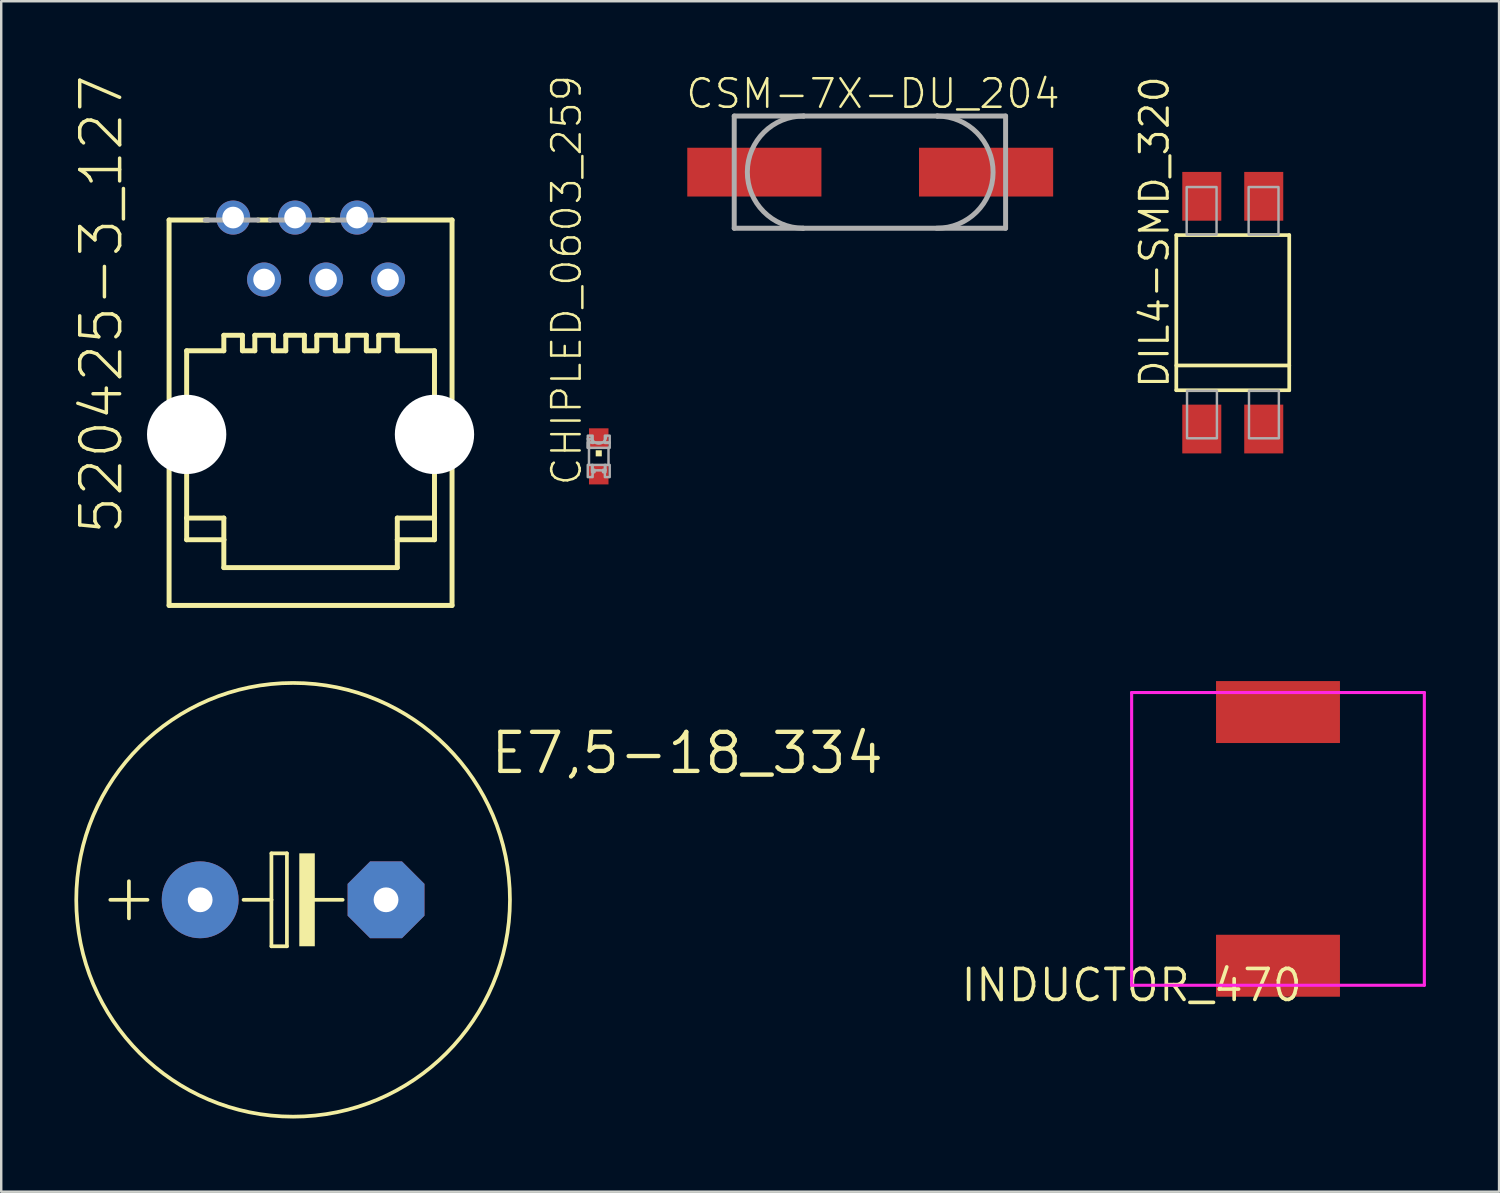
<source format=kicad_pcb>
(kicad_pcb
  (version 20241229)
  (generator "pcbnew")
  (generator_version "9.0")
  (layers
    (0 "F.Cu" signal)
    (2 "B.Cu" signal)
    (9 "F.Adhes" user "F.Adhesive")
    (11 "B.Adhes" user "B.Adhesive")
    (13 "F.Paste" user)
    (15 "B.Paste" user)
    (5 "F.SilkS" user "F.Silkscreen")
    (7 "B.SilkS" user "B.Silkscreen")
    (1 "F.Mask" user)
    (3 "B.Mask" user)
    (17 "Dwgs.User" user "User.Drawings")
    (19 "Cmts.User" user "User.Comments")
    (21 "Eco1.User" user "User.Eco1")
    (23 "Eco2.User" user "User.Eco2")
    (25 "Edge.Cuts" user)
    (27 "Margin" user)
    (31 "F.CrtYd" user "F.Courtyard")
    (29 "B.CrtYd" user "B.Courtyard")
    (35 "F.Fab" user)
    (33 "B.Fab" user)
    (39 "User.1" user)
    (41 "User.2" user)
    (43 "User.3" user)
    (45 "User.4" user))
  (footprint "E7,5-18_334"
    (layer "F.Cu")
    (at 8.966 33.838)
    (property "Reference" "E7,5-18_334" (at 8.001 -5.08 0) (unlocked yes) (layer "F.SilkS") (effects (font (size 1.6 1.6) (thickness 0.178)) (justify left bottom)))
    (fp_line (start -7.493 0) (end -5.969 0) (stroke (width 0.152) (type solid)) (layer "F.SilkS"))
    (fp_line (start -6.731 0.762) (end -6.731 -0.762) (stroke (width 0.152) (type solid)) (layer "F.SilkS"))
    (fp_line (start -0.889 -1.905) (end -0.889 0) (stroke (width 0.152) (type solid)) (layer "F.SilkS"))
    (fp_line (start -0.889 0) (end -2.032 0) (stroke (width 0.152) (type solid)) (layer "F.SilkS"))
    (fp_line (start -0.889 0) (end -0.889 1.905) (stroke (width 0.152) (type solid)) (layer "F.SilkS"))
    (fp_line (start -0.889 1.905) (end -0.254 1.905) (stroke (width 0.152) (type solid)) (layer "F.SilkS"))
    (fp_line (start -0.254 -1.905) (end -0.889 -1.905) (stroke (width 0.152) (type solid)) (layer "F.SilkS"))
    (fp_line (start -0.254 1.905) (end -0.254 -1.905) (stroke (width 0.152) (type solid)) (layer "F.SilkS"))
    (fp_line (start 0.635 0) (end 2.032 0) (stroke (width 0.152) (type solid)) (layer "F.SilkS"))
    (fp_circle (center 0 0) (end 8.89 0) (stroke (width 0.152) (type solid)) (fill no) (layer "F.SilkS"))
    (fp_poly (pts (xy 0.254 1.905) (xy 0.889 1.905) (xy 0.889 -1.905) (xy 0.254 -1.905)) (stroke (width 0) (type default)) (fill yes) (layer "F.SilkS"))
    (pad "+" thru_hole circle (at -3.81 0) (size 3.15 3.15) (drill 1.016) (layers "*.Cu" "*.Mask"))
    (pad "-" thru_hole roundrect (at 3.81 0) (size 3.15 3.15) (drill 1.016) (layers "*.Cu" "*.Mask") (roundrect_rratio 0.25) (chamfer_ratio 0.293) (chamfer top_left top_right bottom_left bottom_right)))
  (footprint "CHIPLED_0603_259"
    (layer "F.Cu")
    (at 21.496 15.659)
    (property "Reference" "CHIPLED_0603_259" (at -0.635 1.27 90) (unlocked yes) (layer "F.SilkS") (effects (font (size 1.168 1.168) (thickness 0.102)) (justify left bottom)))
    (fp_poly (pts (xy -0.125 0) (xy 0.125 0) (xy 0.125 -0.25) (xy -0.125 -0.25)) (stroke (width 0) (type default)) (fill yes) (layer "F.SilkS"))
    (fp_line (start -0.4 -0.375) (end -0.4 0.35) (stroke (width 0.102) (type solid)) (layer "F.Fab"))
    (fp_line (start 0.4 -0.35) (end 0.4 0.35) (stroke (width 0.102) (type solid)) (layer "F.Fab"))
    (fp_arc (start -0.275 0.825) (mid 0 0.55) (end 0.275 0.825) (stroke (width 0.0508) (type solid)) (layer "F.Fab"))
    (fp_arc (start 0.3 -0.799998) (mid -0.000001 -0.524966) (end -0.3 -0.8) (stroke (width 0.1016) (type solid)) (layer "F.Fab"))
    (fp_circle (center -0.35 -0.625) (end -0.275 -0.625) (stroke (width 0.051) (type solid)) (fill no) (layer "F.Fab"))
    (fp_poly (pts (xy -0.45 -0.7) (xy -0.25 -0.7) (xy -0.25 -0.85) (xy -0.45 -0.85)) (stroke (width 0.1) (type default)) (fill no) (layer "F.Fab"))
    (fp_poly (pts (xy -0.45 -0.35) (xy -0.4 -0.35) (xy -0.4 -0.725) (xy -0.45 -0.725)) (stroke (width 0.1) (type default)) (fill no) (layer "F.Fab"))
    (fp_poly (pts (xy -0.45 -0.35) (xy 0.45 -0.35) (xy 0.45 -0.575) (xy -0.45 -0.575)) (stroke (width 0.1) (type default)) (fill no) (layer "F.Fab"))
    (fp_poly (pts (xy -0.45 0.85) (xy -0.25 0.85) (xy -0.25 0.35) (xy -0.45 0.35)) (stroke (width 0.1) (type default)) (fill no) (layer "F.Fab"))
    (fp_poly (pts (xy -0.275 -0.55) (xy -0.225 -0.55) (xy -0.225 -0.6) (xy -0.275 -0.6)) (stroke (width 0.1) (type default)) (fill no) (layer "F.Fab"))
    (fp_poly (pts (xy -0.275 0.575) (xy 0.275 0.575) (xy 0.275 0.35) (xy -0.275 0.35)) (stroke (width 0.1) (type default)) (fill no) (layer "F.Fab"))
    (fp_poly (pts (xy -0.275 0.65) (xy -0.175 0.65) (xy -0.175 0.55) (xy -0.275 0.55)) (stroke (width 0.1) (type default)) (fill no) (layer "F.Fab"))
    (fp_poly (pts (xy 0.175 0.65) (xy 0.275 0.65) (xy 0.275 0.55) (xy 0.175 0.55)) (stroke (width 0.1) (type default)) (fill no) (layer "F.Fab"))
    (fp_poly (pts (xy 0.25 -0.55) (xy 0.45 -0.55) (xy 0.45 -0.85) (xy 0.25 -0.85)) (stroke (width 0.1) (type default)) (fill no) (layer "F.Fab"))
    (fp_poly (pts (xy 0.25 0.85) (xy 0.45 0.85) (xy 0.45 0.35) (xy 0.25 0.35)) (stroke (width 0.1) (type default)) (fill no) (layer "F.Fab"))
    (pad "A" smd rect (at 0 0.75) (size 0.8 0.8) (layers "F.Cu" "F.Mask" "F.Paste"))
    (pad "C" smd rect (at 0 -0.75) (size 0.8 0.8) (layers "F.Cu" "F.Mask" "F.Paste")))
  (footprint "DIL4-SMD_320"
    (layer "F.Cu")
    (at 47.488 9.768)
    (property "Reference" "DIL4-SMD_320" (at -2.54 3.175 90) (unlocked yes) (layer "F.SilkS") (effects (font (size 1.143 1.143) (thickness 0.127)) (justify left bottom)))
    (fp_line (start -2.315 -3.18) (end 2.315 -3.18) (stroke (width 0.152) (type solid)) (layer "F.SilkS"))
    (fp_line (start -2.315 3.18) (end -2.315 -3.18) (stroke (width 0.152) (type solid)) (layer "F.SilkS"))
    (fp_line (start 2.315 -3.18) (end 2.315 2.164) (stroke (width 0.152) (type solid)) (layer "F.SilkS"))
    (fp_line (start 2.315 2.164) (end -2.315 2.164) (stroke (width 0.152) (type solid)) (layer "F.SilkS"))
    (fp_line (start 2.315 2.164) (end 2.315 3.18) (stroke (width 0.152) (type solid)) (layer "F.SilkS"))
    (fp_line (start 2.315 3.18) (end -2.315 3.18) (stroke (width 0.152) (type solid)) (layer "F.SilkS"))
    (fp_poly (pts (xy -1.875 5.15) (xy -0.65 5.15) (xy -0.65 3.2) (xy -1.875 3.2)) (stroke (width 0.1) (type default)) (fill no) (layer "F.Fab"))
    (fp_poly (pts (xy -0.665 -5.15) (xy -1.89 -5.15) (xy -1.89 -3.2) (xy -0.665 -3.2)) (stroke (width 0.1) (type default)) (fill no) (layer "F.Fab"))
    (fp_poly (pts (xy 0.665 5.15) (xy 1.89 5.15) (xy 1.89 3.2) (xy 0.665 3.2)) (stroke (width 0.1) (type default)) (fill no) (layer "F.Fab"))
    (fp_poly (pts (xy 1.875 -5.15) (xy 0.65 -5.15) (xy 0.65 -3.2) (xy 1.875 -3.2)) (stroke (width 0.1) (type default)) (fill no) (layer "F.Fab"))
    (pad "1" smd rect (at -1.27 4.77) (size 1.6 2) (layers "F.Cu" "F.Mask" "F.Paste"))
    (pad "2" smd rect (at 1.27 4.77) (size 1.6 2) (layers "F.Cu" "F.Mask" "F.Paste"))
    (pad "3" smd rect (at 1.27 -4.77 180) (size 1.6 2) (layers "F.Cu" "F.Mask" "F.Paste"))
    (pad "4" smd rect (at -1.27 -4.77 180) (size 1.6 2) (layers "F.Cu" "F.Mask" "F.Paste")))
  (footprint "520425-3_127"
    (layer "F.Cu")
    (at 9.682 13.87)
    (property "Reference" "520425-3_127" (at -7.62 5.08 90) (unlocked yes) (layer "F.SilkS") (effects (font (size 1.636 1.636) (thickness 0.142)) (justify left bottom)))
    (fp_line (start -5.8 -7.9) (end -5.8 7.9) (stroke (width 0.203) (type solid)) (layer "F.SilkS"))
    (fp_line (start -5.8 7.9) (end 5.8 7.9) (stroke (width 0.203) (type solid)) (layer "F.SilkS"))
    (fp_line (start -5.08 -2.54) (end -5.08 4.318) (stroke (width 0.203) (type solid)) (layer "F.SilkS"))
    (fp_line (start -5.08 4.318) (end -5.08 5.207) (stroke (width 0.203) (type solid)) (layer "F.SilkS"))
    (fp_line (start -5.08 4.318) (end -3.556 4.318) (stroke (width 0.203) (type solid)) (layer "F.SilkS"))
    (fp_line (start -5.08 5.207) (end -3.556 5.207) (stroke (width 0.203) (type solid)) (layer "F.SilkS"))
    (fp_line (start -4.191 -7.9) (end -5.8 -7.9) (stroke (width 0.203) (type solid)) (layer "F.SilkS"))
    (fp_line (start -3.556 -3.175) (end -3.556 -2.54) (stroke (width 0.203) (type solid)) (layer "F.SilkS"))
    (fp_line (start -3.556 -3.175) (end -2.794 -3.175) (stroke (width 0.203) (type solid)) (layer "F.SilkS"))
    (fp_line (start -3.556 -2.54) (end -5.08 -2.54) (stroke (width 0.203) (type solid)) (layer "F.SilkS"))
    (fp_line (start -3.556 4.318) (end -3.556 5.207) (stroke (width 0.203) (type solid)) (layer "F.SilkS"))
    (fp_line (start -3.556 5.207) (end -3.556 6.35) (stroke (width 0.203) (type solid)) (layer "F.SilkS"))
    (fp_line (start -3.556 6.35) (end 3.556 6.35) (stroke (width 0.203) (type solid)) (layer "F.SilkS"))
    (fp_line (start -2.794 -3.175) (end -2.794 -2.54) (stroke (width 0.203) (type solid)) (layer "F.SilkS"))
    (fp_line (start -2.286 -3.175) (end -2.286 -2.54) (stroke (width 0.203) (type solid)) (layer "F.SilkS"))
    (fp_line (start -2.286 -3.175) (end -1.524 -3.175) (stroke (width 0.203) (type solid)) (layer "F.SilkS"))
    (fp_line (start -2.286 -2.54) (end -2.794 -2.54) (stroke (width 0.203) (type solid)) (layer "F.SilkS"))
    (fp_line (start -1.651 -7.9) (end -2.159 -7.9) (stroke (width 0.203) (type solid)) (layer "F.SilkS"))
    (fp_line (start -1.524 -3.175) (end -1.524 -2.54) (stroke (width 0.203) (type solid)) (layer "F.SilkS"))
    (fp_line (start -1.016 -3.175) (end -1.016 -2.54) (stroke (width 0.203) (type solid)) (layer "F.SilkS"))
    (fp_line (start -1.016 -3.175) (end -0.254 -3.175) (stroke (width 0.203) (type solid)) (layer "F.SilkS"))
    (fp_line (start -1.016 -2.54) (end -1.524 -2.54) (stroke (width 0.203) (type solid)) (layer "F.SilkS"))
    (fp_line (start -0.254 -3.175) (end -0.254 -2.54) (stroke (width 0.203) (type solid)) (layer "F.SilkS"))
    (fp_line (start 0.254 -3.175) (end 0.254 -2.54) (stroke (width 0.203) (type solid)) (layer "F.SilkS"))
    (fp_line (start 0.254 -3.175) (end 1.016 -3.175) (stroke (width 0.203) (type solid)) (layer "F.SilkS"))
    (fp_line (start 0.254 -2.54) (end -0.254 -2.54) (stroke (width 0.203) (type solid)) (layer "F.SilkS"))
    (fp_line (start 0.974 -7.9) (end 0.381 -7.9) (stroke (width 0.203) (type solid)) (layer "F.SilkS"))
    (fp_line (start 1.016 -3.175) (end 1.016 -2.54) (stroke (width 0.203) (type solid)) (layer "F.SilkS"))
    (fp_line (start 1.524 -3.175) (end 1.524 -2.54) (stroke (width 0.203) (type solid)) (layer "F.SilkS"))
    (fp_line (start 1.524 -3.175) (end 2.286 -3.175) (stroke (width 0.203) (type solid)) (layer "F.SilkS"))
    (fp_line (start 1.524 -2.54) (end 1.016 -2.54) (stroke (width 0.203) (type solid)) (layer "F.SilkS"))
    (fp_line (start 2.286 -3.175) (end 2.286 -2.54) (stroke (width 0.203) (type solid)) (layer "F.SilkS"))
    (fp_line (start 2.794 -3.175) (end 2.794 -2.54) (stroke (width 0.203) (type solid)) (layer "F.SilkS"))
    (fp_line (start 2.794 -3.175) (end 3.556 -3.175) (stroke (width 0.203) (type solid)) (layer "F.SilkS"))
    (fp_line (start 2.794 -2.54) (end 2.286 -2.54) (stroke (width 0.203) (type solid)) (layer "F.SilkS"))
    (fp_line (start 3.556 -3.175) (end 3.556 -2.54) (stroke (width 0.203) (type solid)) (layer "F.SilkS"))
    (fp_line (start 3.556 4.318) (end 3.556 5.207) (stroke (width 0.203) (type solid)) (layer "F.SilkS"))
    (fp_line (start 3.556 5.207) (end 3.556 6.35) (stroke (width 0.203) (type solid)) (layer "F.SilkS"))
    (fp_line (start 5.08 -2.54) (end 3.556 -2.54) (stroke (width 0.203) (type solid)) (layer "F.SilkS"))
    (fp_line (start 5.08 4.318) (end 3.556 4.318) (stroke (width 0.203) (type solid)) (layer "F.SilkS"))
    (fp_line (start 5.08 4.318) (end 5.08 -2.54) (stroke (width 0.203) (type solid)) (layer "F.SilkS"))
    (fp_line (start 5.08 5.207) (end 3.556 5.207) (stroke (width 0.203) (type solid)) (layer "F.SilkS"))
    (fp_line (start 5.08 5.207) (end 5.08 4.318) (stroke (width 0.203) (type solid)) (layer "F.SilkS"))
    (fp_line (start 5.8 -7.9) (end 2.921 -7.9) (stroke (width 0.203) (type solid)) (layer "F.SilkS"))
    (fp_line (start 5.8 7.9) (end 5.8 -7.9) (stroke (width 0.203) (type solid)) (layer "F.SilkS"))
    (fp_line (start -2.159 -7.9) (end -4.318 -7.9) (stroke (width 0.203) (type solid)) (layer "F.Fab"))
    (fp_line (start 0.508 -7.9) (end -1.651 -7.9) (stroke (width 0.203) (type solid)) (layer "F.Fab"))
    (fp_line (start 3.048 -7.9) (end 0.889 -7.9) (stroke (width 0.203) (type solid)) (layer "F.Fab"))
    (pad "" np_thru_hole circle (at -5.08 0.889) (size 3.251 3.251) (drill 3.251) (layers "*.Cu" "*.Mask"))
    (pad "" np_thru_hole circle (at 5.08 0.889) (size 3.251 3.251) (drill 3.251) (layers "*.Cu" "*.Mask"))
    (pad "1" thru_hole circle (at -3.175 -8.001) (size 1.397 1.397) (drill 0.889) (layers "*.Cu" "*.Mask"))
    (pad "2" thru_hole circle (at -1.905 -5.461) (size 1.397 1.397) (drill 0.889) (layers "*.Cu" "*.Mask"))
    (pad "3" thru_hole circle (at -0.635 -8.001) (size 1.397 1.397) (drill 0.889) (layers "*.Cu" "*.Mask"))
    (pad "4" thru_hole circle (at 0.635 -5.461) (size 1.397 1.397) (drill 0.889) (layers "*.Cu" "*.Mask"))
    (pad "5" thru_hole circle (at 1.905 -8.001) (size 1.397 1.397) (drill 0.889) (layers "*.Cu" "*.Mask"))
    (pad "6" thru_hole circle (at 3.175 -5.461) (size 1.397 1.397) (drill 0.889) (layers "*.Cu" "*.Mask")))
  (footprint "INDUCTOR_470"
    (layer "F.Cu")
    (at 43.342 37.341)
    (property "Reference" "INDUCTOR_470" (at 0 0 0) (layer "F.SilkS") (effects (font (size 1.27 1.27) (thickness 0.15))))
    (fp_line (start 0 -12) (end 12 -12) (stroke (width 0.127) (type solid)) (layer "F.CrtYd"))
    (fp_line (start 0 0) (end 0 -12) (stroke (width 0.127) (type solid)) (layer "F.CrtYd"))
    (fp_line (start 12 -12) (end 12 0) (stroke (width 0.127) (type solid)) (layer "F.CrtYd"))
    (fp_line (start 12 0) (end 0 0) (stroke (width 0.127) (type solid)) (layer "F.CrtYd"))
    (pad "P$1" smd rect (at 6 -0.8) (size 5.08 2.54) (layers "F.Cu" "F.Mask" "F.Paste"))
    (pad "P$2" smd rect (at 6 -11.2) (size 5.08 2.54) (layers "F.Cu" "F.Mask" "F.Paste")))
  (footprint "CSM-7X-DU_204"
    (layer "F.Cu")
    (at 32.625 4.007)
    (property "Reference" "CSM-7X-DU_204" (at -7.629 -2.533 0) (unlocked yes) (layer "F.SilkS") (effects (font (size 1.168 1.168) (thickness 0.102)) (justify left bottom)))
    (fp_line (start -5.575 -2.3) (end -2.725 -2.3) (stroke (width 0.203) (type solid)) (layer "F.Fab"))
    (fp_line (start -5.575 2.3) (end -5.575 -2.3) (stroke (width 0.203) (type solid)) (layer "F.Fab"))
    (fp_line (start -2.75 2.3) (end -5.575 2.3) (stroke (width 0.203) (type solid)) (layer "F.Fab"))
    (fp_line (start -2.725 -2.3) (end 2.75 -2.3) (stroke (width 0.203) (type solid)) (layer "F.Fab"))
    (fp_line (start 2.75 -2.3) (end 5.55 -2.3) (stroke (width 0.203) (type solid)) (layer "F.Fab"))
    (fp_line (start 5.55 -2.3) (end 5.55 2.3) (stroke (width 0.203) (type solid)) (layer "F.Fab"))
    (fp_line (start 5.55 2.3) (end -2.75 2.3) (stroke (width 0.203) (type solid)) (layer "F.Fab"))
    (fp_arc (start -2.75 2.3) (mid -5.0375 -0.0125) (end -2.725 -2.3) (stroke (width 0.2032) (type solid)) (layer "F.Fab"))
    (fp_arc (start 2.75 -2.3) (mid 5.0375 0.0125) (end 2.725 2.3) (stroke (width 0.2032) (type solid)) (layer "F.Fab"))
    (pad "1" smd rect (at -4.75 0) (size 5.5 2) (layers "F.Cu" "F.Mask" "F.Paste"))
    (pad "2" smd rect (at 4.75 0) (size 5.5 2) (layers "F.Cu" "F.Mask" "F.Paste")))
  (gr_rect
    (start -3 -3)
    (end 58.405 45.804)
    (stroke (width 0.1) (type default))
    (fill no)
    (layer "Edge.Cuts")))
</source>
